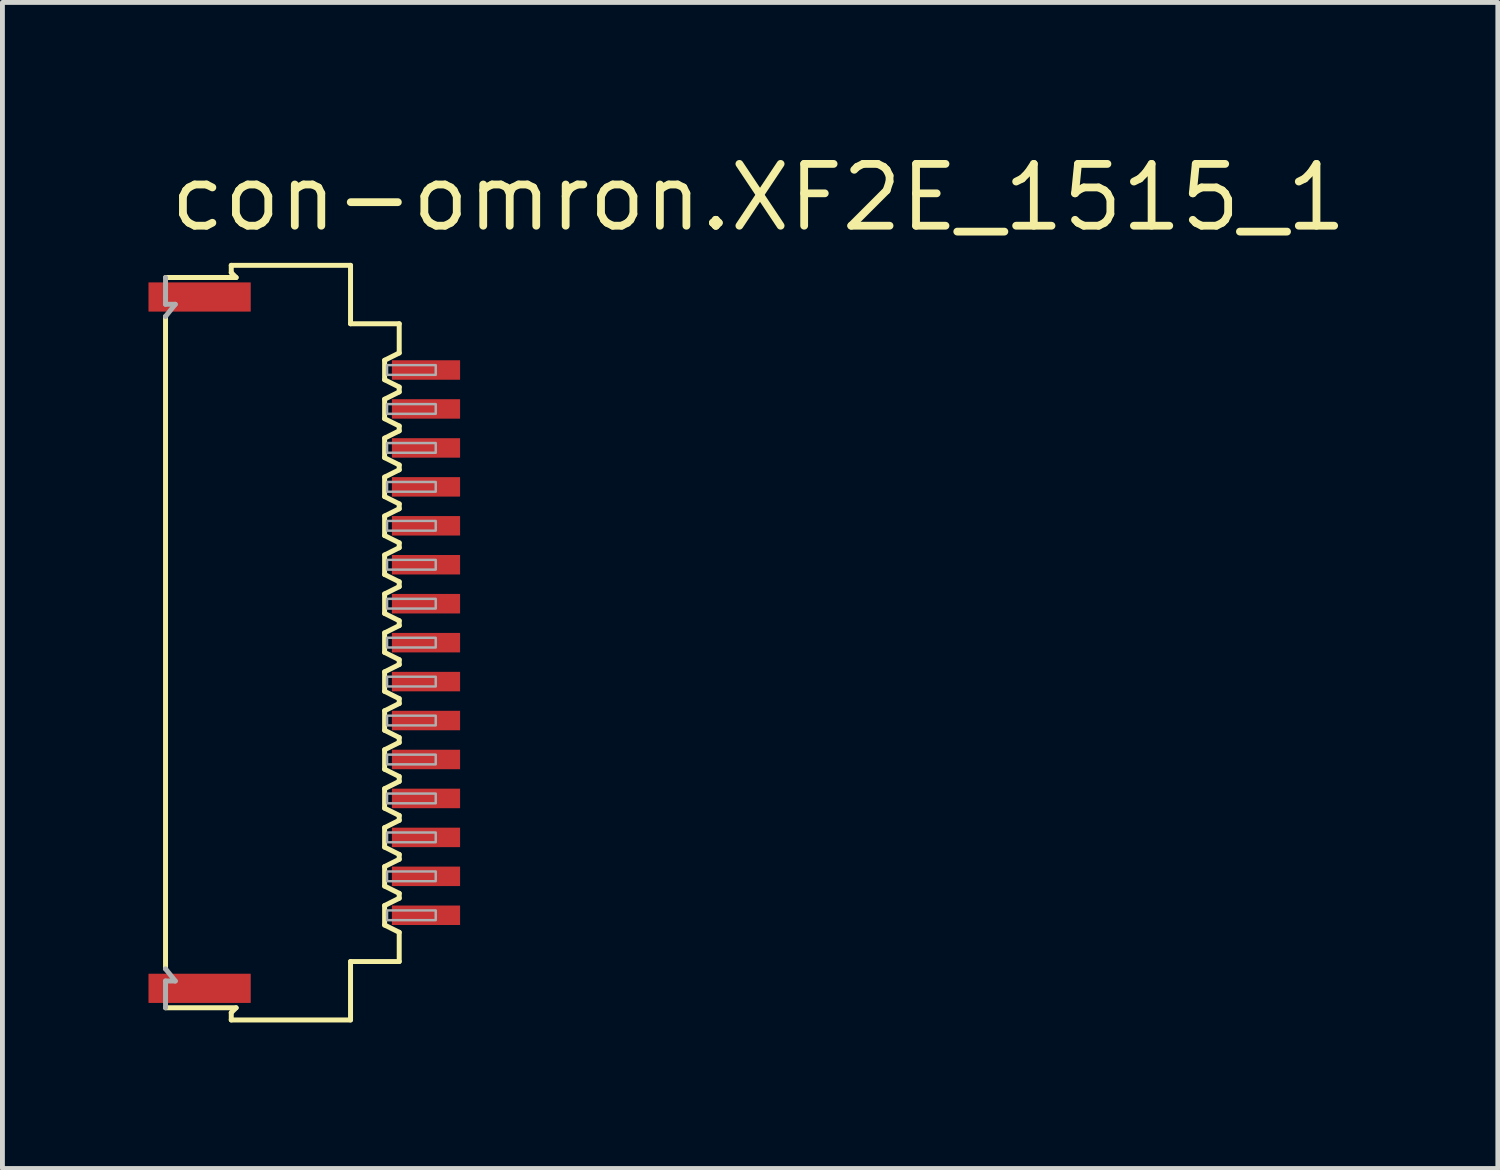
<source format=kicad_pcb>
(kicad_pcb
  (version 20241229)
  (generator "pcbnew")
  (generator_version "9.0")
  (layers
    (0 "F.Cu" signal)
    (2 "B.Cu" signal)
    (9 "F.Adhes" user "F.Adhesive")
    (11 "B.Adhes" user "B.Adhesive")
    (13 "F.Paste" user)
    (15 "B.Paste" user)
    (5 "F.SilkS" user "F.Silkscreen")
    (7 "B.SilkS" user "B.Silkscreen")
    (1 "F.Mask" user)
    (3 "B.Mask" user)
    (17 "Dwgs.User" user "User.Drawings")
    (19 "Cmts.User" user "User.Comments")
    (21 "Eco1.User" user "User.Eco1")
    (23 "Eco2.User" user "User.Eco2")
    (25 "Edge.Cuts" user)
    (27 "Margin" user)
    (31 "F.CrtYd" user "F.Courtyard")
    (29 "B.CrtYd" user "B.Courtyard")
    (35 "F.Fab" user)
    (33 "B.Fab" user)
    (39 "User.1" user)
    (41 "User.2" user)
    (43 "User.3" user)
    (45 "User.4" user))
  (footprint "con-omron.XF2E_1515_1"
    (layer "F.Cu")
    (at 3.16 10.15)
    (property "Reference" "con-omron.XF2E_1515_1" (at -2.8 -8.4 0) (layer "F.SilkS") (effects (font (size 1.27 1.27) (thickness 0.16)) (justify left bottom)))
    (attr smd)
    (fp_line (start -2.81 -6.7) (end -2.81 6.7) (stroke (width 0.102) (type default)) (layer "F.SilkS"))
    (fp_line (start -1.46 -7.75) (end -1.46 -7.6) (stroke (width 0.102) (type default)) (layer "F.SilkS"))
    (fp_line (start -1.46 -7.6) (end -1.36 -7.5) (stroke (width 0.102) (type default)) (layer "F.SilkS"))
    (fp_line (start -1.46 7.6) (end -1.46 7.75) (stroke (width 0.102) (type default)) (layer "F.SilkS"))
    (fp_line (start -1.36 -7.5) (end -2.81 -7.5) (stroke (width 0.102) (type default)) (layer "F.SilkS"))
    (fp_line (start -1.36 7.5) (end -2.81 7.5) (stroke (width 0.102) (type default)) (layer "F.SilkS"))
    (fp_line (start -1.36 7.5) (end -1.46 7.6) (stroke (width 0.102) (type default)) (layer "F.SilkS"))
    (fp_line (start 0.99 -7.75) (end -1.46 -7.75) (stroke (width 0.102) (type default)) (layer "F.SilkS"))
    (fp_line (start 0.99 -6.55) (end 0.99 -7.75) (stroke (width 0.102) (type default)) (layer "F.SilkS"))
    (fp_line (start 0.99 6.55) (end 1.99 6.55) (stroke (width 0.102) (type default)) (layer "F.SilkS"))
    (fp_line (start 0.99 7.75) (end -1.46 7.75) (stroke (width 0.102) (type default)) (layer "F.SilkS"))
    (fp_line (start 0.99 7.75) (end 0.99 6.55) (stroke (width 0.102) (type default)) (layer "F.SilkS"))
    (fp_line (start 1.69 -5.8) (end 1.99 -5.95) (stroke (width 0.102) (type default)) (layer "F.SilkS"))
    (fp_line (start 1.69 -5.4) (end 1.69 -5.8) (stroke (width 0.102) (type default)) (layer "F.SilkS"))
    (fp_line (start 1.69 -5) (end 1.69 -4.6) (stroke (width 0.102) (type default)) (layer "F.SilkS"))
    (fp_line (start 1.69 -4.6) (end 1.99 -4.45) (stroke (width 0.102) (type default)) (layer "F.SilkS"))
    (fp_line (start 1.69 -3.8) (end 1.69 -4.2) (stroke (width 0.102) (type default)) (layer "F.SilkS"))
    (fp_line (start 1.69 -3.4) (end 1.69 -3) (stroke (width 0.102) (type default)) (layer "F.SilkS"))
    (fp_line (start 1.69 -3) (end 1.99 -2.85) (stroke (width 0.102) (type default)) (layer "F.SilkS"))
    (fp_line (start 1.69 -2.2) (end 1.69 -2.6) (stroke (width 0.102) (type default)) (layer "F.SilkS"))
    (fp_line (start 1.69 -1.8) (end 1.69 -1.4) (stroke (width 0.102) (type default)) (layer "F.SilkS"))
    (fp_line (start 1.69 -1.4) (end 1.99 -1.25) (stroke (width 0.102) (type default)) (layer "F.SilkS"))
    (fp_line (start 1.69 -0.6) (end 1.69 -1) (stroke (width 0.102) (type default)) (layer "F.SilkS"))
    (fp_line (start 1.69 -0.2) (end 1.69 0.2) (stroke (width 0.102) (type default)) (layer "F.SilkS"))
    (fp_line (start 1.69 0.2) (end 1.99 0.35) (stroke (width 0.102) (type default)) (layer "F.SilkS"))
    (fp_line (start 1.69 1) (end 1.69 0.6) (stroke (width 0.102) (type default)) (layer "F.SilkS"))
    (fp_line (start 1.69 1.4) (end 1.69 1.8) (stroke (width 0.102) (type default)) (layer "F.SilkS"))
    (fp_line (start 1.69 1.8) (end 1.99 1.95) (stroke (width 0.102) (type default)) (layer "F.SilkS"))
    (fp_line (start 1.69 2.6) (end 1.69 2.2) (stroke (width 0.102) (type default)) (layer "F.SilkS"))
    (fp_line (start 1.69 3) (end 1.69 3.4) (stroke (width 0.102) (type default)) (layer "F.SilkS"))
    (fp_line (start 1.69 3.4) (end 1.99 3.55) (stroke (width 0.102) (type default)) (layer "F.SilkS"))
    (fp_line (start 1.69 4.2) (end 1.69 3.8) (stroke (width 0.102) (type default)) (layer "F.SilkS"))
    (fp_line (start 1.69 4.6) (end 1.69 5) (stroke (width 0.102) (type default)) (layer "F.SilkS"))
    (fp_line (start 1.69 5) (end 1.99 5.15) (stroke (width 0.102) (type default)) (layer "F.SilkS"))
    (fp_line (start 1.69 5.8) (end 1.69 5.4) (stroke (width 0.102) (type default)) (layer "F.SilkS"))
    (fp_line (start 1.69 5.8) (end 1.99 5.95) (stroke (width 0.102) (type default)) (layer "F.SilkS"))
    (fp_line (start 1.99 -6.55) (end 0.99 -6.55) (stroke (width 0.102) (type default)) (layer "F.SilkS"))
    (fp_line (start 1.99 -5.95) (end 1.99 -6.55) (stroke (width 0.102) (type default)) (layer "F.SilkS"))
    (fp_line (start 1.99 -5.25) (end 1.69 -5.4) (stroke (width 0.102) (type default)) (layer "F.SilkS"))
    (fp_line (start 1.99 -5.25) (end 1.99 -5.15) (stroke (width 0.102) (type default)) (layer "F.SilkS"))
    (fp_line (start 1.99 -5.15) (end 1.69 -5) (stroke (width 0.102) (type default)) (layer "F.SilkS"))
    (fp_line (start 1.99 -4.45) (end 1.99 -4.35) (stroke (width 0.102) (type default)) (layer "F.SilkS"))
    (fp_line (start 1.99 -4.35) (end 1.69 -4.2) (stroke (width 0.102) (type default)) (layer "F.SilkS"))
    (fp_line (start 1.99 -3.65) (end 1.69 -3.8) (stroke (width 0.102) (type default)) (layer "F.SilkS"))
    (fp_line (start 1.99 -3.65) (end 1.99 -3.55) (stroke (width 0.102) (type default)) (layer "F.SilkS"))
    (fp_line (start 1.99 -3.55) (end 1.69 -3.4) (stroke (width 0.102) (type default)) (layer "F.SilkS"))
    (fp_line (start 1.99 -2.85) (end 1.99 -2.75) (stroke (width 0.102) (type default)) (layer "F.SilkS"))
    (fp_line (start 1.99 -2.75) (end 1.69 -2.6) (stroke (width 0.102) (type default)) (layer "F.SilkS"))
    (fp_line (start 1.99 -2.05) (end 1.69 -2.2) (stroke (width 0.102) (type default)) (layer "F.SilkS"))
    (fp_line (start 1.99 -2.05) (end 1.99 -1.95) (stroke (width 0.102) (type default)) (layer "F.SilkS"))
    (fp_line (start 1.99 -1.95) (end 1.69 -1.8) (stroke (width 0.102) (type default)) (layer "F.SilkS"))
    (fp_line (start 1.99 -1.25) (end 1.99 -1.15) (stroke (width 0.102) (type default)) (layer "F.SilkS"))
    (fp_line (start 1.99 -1.15) (end 1.69 -1) (stroke (width 0.102) (type default)) (layer "F.SilkS"))
    (fp_line (start 1.99 -0.45) (end 1.69 -0.6) (stroke (width 0.102) (type default)) (layer "F.SilkS"))
    (fp_line (start 1.99 -0.45) (end 1.99 -0.35) (stroke (width 0.102) (type default)) (layer "F.SilkS"))
    (fp_line (start 1.99 -0.35) (end 1.69 -0.2) (stroke (width 0.102) (type default)) (layer "F.SilkS"))
    (fp_line (start 1.99 0.35) (end 1.99 0.45) (stroke (width 0.102) (type default)) (layer "F.SilkS"))
    (fp_line (start 1.99 0.45) (end 1.69 0.6) (stroke (width 0.102) (type default)) (layer "F.SilkS"))
    (fp_line (start 1.99 1.15) (end 1.69 1) (stroke (width 0.102) (type default)) (layer "F.SilkS"))
    (fp_line (start 1.99 1.15) (end 1.99 1.25) (stroke (width 0.102) (type default)) (layer "F.SilkS"))
    (fp_line (start 1.99 1.25) (end 1.69 1.4) (stroke (width 0.102) (type default)) (layer "F.SilkS"))
    (fp_line (start 1.99 1.95) (end 1.99 2.05) (stroke (width 0.102) (type default)) (layer "F.SilkS"))
    (fp_line (start 1.99 2.05) (end 1.69 2.2) (stroke (width 0.102) (type default)) (layer "F.SilkS"))
    (fp_line (start 1.99 2.75) (end 1.69 2.6) (stroke (width 0.102) (type default)) (layer "F.SilkS"))
    (fp_line (start 1.99 2.75) (end 1.99 2.85) (stroke (width 0.102) (type default)) (layer "F.SilkS"))
    (fp_line (start 1.99 2.85) (end 1.69 3) (stroke (width 0.102) (type default)) (layer "F.SilkS"))
    (fp_line (start 1.99 3.55) (end 1.99 3.65) (stroke (width 0.102) (type default)) (layer "F.SilkS"))
    (fp_line (start 1.99 3.65) (end 1.69 3.8) (stroke (width 0.102) (type default)) (layer "F.SilkS"))
    (fp_line (start 1.99 4.35) (end 1.69 4.2) (stroke (width 0.102) (type default)) (layer "F.SilkS"))
    (fp_line (start 1.99 4.35) (end 1.99 4.45) (stroke (width 0.102) (type default)) (layer "F.SilkS"))
    (fp_line (start 1.99 4.45) (end 1.69 4.6) (stroke (width 0.102) (type default)) (layer "F.SilkS"))
    (fp_line (start 1.99 5.15) (end 1.99 5.25) (stroke (width 0.102) (type default)) (layer "F.SilkS"))
    (fp_line (start 1.99 5.25) (end 1.69 5.4) (stroke (width 0.102) (type default)) (layer "F.SilkS"))
    (fp_line (start 1.99 6.55) (end 1.99 5.95) (stroke (width 0.102) (type default)) (layer "F.SilkS"))
    (fp_line (start -2.81 -7.5) (end -2.81 -6.95) (stroke (width 0.102) (type default)) (layer "F.Fab"))
    (fp_line (start -2.81 -6.95) (end -2.61 -6.95) (stroke (width 0.102) (type default)) (layer "F.Fab"))
    (fp_line (start -2.81 6.7) (end -2.61 6.95) (stroke (width 0.102) (type default)) (layer "F.Fab"))
    (fp_line (start -2.81 6.95) (end -2.81 7.5) (stroke (width 0.102) (type default)) (layer "F.Fab"))
    (fp_line (start -2.81 6.95) (end -2.61 6.95) (stroke (width 0.102) (type default)) (layer "F.Fab"))
    (fp_line (start -2.61 -6.95) (end -2.81 -6.7) (stroke (width 0.102) (type default)) (layer "F.Fab"))
    (fp_rect (start 1.74 -5.5) (end 2.74 -5.7) (stroke (width 0.05) (type default)) (fill no) (layer "F.Fab"))
    (fp_rect (start 1.74 -4.7) (end 2.74 -4.9) (stroke (width 0.05) (type default)) (fill no) (layer "F.Fab"))
    (fp_rect (start 1.74 -3.9) (end 2.74 -4.1) (stroke (width 0.05) (type default)) (fill no) (layer "F.Fab"))
    (fp_rect (start 1.74 -3.1) (end 2.74 -3.3) (stroke (width 0.05) (type default)) (fill no) (layer "F.Fab"))
    (fp_rect (start 1.74 -2.3) (end 2.74 -2.5) (stroke (width 0.05) (type default)) (fill no) (layer "F.Fab"))
    (fp_rect (start 1.74 -1.5) (end 2.74 -1.7) (stroke (width 0.05) (type default)) (fill no) (layer "F.Fab"))
    (fp_rect (start 1.74 -0.7) (end 2.74 -0.9) (stroke (width 0.05) (type default)) (fill no) (layer "F.Fab"))
    (fp_rect (start 1.74 0.1) (end 2.74 -0.1) (stroke (width 0.05) (type default)) (fill no) (layer "F.Fab"))
    (fp_rect (start 1.74 0.9) (end 2.74 0.7) (stroke (width 0.05) (type default)) (fill no) (layer "F.Fab"))
    (fp_rect (start 1.74 1.7) (end 2.74 1.5) (stroke (width 0.05) (type default)) (fill no) (layer "F.Fab"))
    (fp_rect (start 1.74 2.5) (end 2.74 2.3) (stroke (width 0.05) (type default)) (fill no) (layer "F.Fab"))
    (fp_rect (start 1.74 3.3) (end 2.74 3.1) (stroke (width 0.05) (type default)) (fill no) (layer "F.Fab"))
    (fp_rect (start 1.74 4.1) (end 2.74 3.9) (stroke (width 0.05) (type default)) (fill no) (layer "F.Fab"))
    (fp_rect (start 1.74 4.9) (end 2.74 4.7) (stroke (width 0.05) (type default)) (fill no) (layer "F.Fab"))
    (fp_rect (start 1.74 5.7) (end 2.74 5.5) (stroke (width 0.05) (type default)) (fill no) (layer "F.Fab"))
    (pad "1" smd roundrect (at 2.54 -5.6) (size 1.4 0.4) (layers "F.Cu" "F.Mask" "F.Paste") (roundrect_rratio 0.01))
    (pad "2" smd roundrect (at 2.54 -4.8) (size 1.4 0.4) (layers "F.Cu" "F.Mask" "F.Paste") (roundrect_rratio 0.01))
    (pad "3" smd roundrect (at 2.54 -4) (size 1.4 0.4) (layers "F.Cu" "F.Mask" "F.Paste") (roundrect_rratio 0.01))
    (pad "4" smd roundrect (at 2.54 -3.2) (size 1.4 0.4) (layers "F.Cu" "F.Mask" "F.Paste") (roundrect_rratio 0.01))
    (pad "5" smd roundrect (at 2.54 -2.4) (size 1.4 0.4) (layers "F.Cu" "F.Mask" "F.Paste") (roundrect_rratio 0.01))
    (pad "6" smd roundrect (at 2.54 -1.6) (size 1.4 0.4) (layers "F.Cu" "F.Mask" "F.Paste") (roundrect_rratio 0.01))
    (pad "7" smd roundrect (at 2.54 -0.8) (size 1.4 0.4) (layers "F.Cu" "F.Mask" "F.Paste") (roundrect_rratio 0.01))
    (pad "8" smd roundrect (at 2.54 0) (size 1.4 0.4) (layers "F.Cu" "F.Mask" "F.Paste") (roundrect_rratio 0.01))
    (pad "9" smd roundrect (at 2.54 0.8) (size 1.4 0.4) (layers "F.Cu" "F.Mask" "F.Paste") (roundrect_rratio 0.01))
    (pad "10" smd roundrect (at 2.54 1.6) (size 1.4 0.4) (layers "F.Cu" "F.Mask" "F.Paste") (roundrect_rratio 0.01))
    (pad "11" smd roundrect (at 2.54 2.4) (size 1.4 0.4) (layers "F.Cu" "F.Mask" "F.Paste") (roundrect_rratio 0.01))
    (pad "12" smd roundrect (at 2.54 3.2) (size 1.4 0.4) (layers "F.Cu" "F.Mask" "F.Paste") (roundrect_rratio 0.01))
    (pad "13" smd roundrect (at 2.54 4) (size 1.4 0.4) (layers "F.Cu" "F.Mask" "F.Paste") (roundrect_rratio 0.01))
    (pad "14" smd roundrect (at 2.54 4.8) (size 1.4 0.4) (layers "F.Cu" "F.Mask" "F.Paste") (roundrect_rratio 0.01))
    (pad "15" smd roundrect (at 2.54 5.6) (size 1.4 0.4) (layers "F.Cu" "F.Mask" "F.Paste") (roundrect_rratio 0.01))
    (pad "M1" smd roundrect (at -2.11 -7.1) (size 2.1 0.6) (layers "F.Cu" "F.Mask" "F.Paste") (roundrect_rratio 0.01))
    (pad "M2" smd roundrect (at -2.11 7.1) (size 2.1 0.6) (layers "F.Cu" "F.Mask" "F.Paste") (roundrect_rratio 0.01)))
  (gr_rect
    (start -3 -3)
    (end 27.716 20.951)
    (stroke (width 0.1) (type default))
    (fill no)
    (layer "Edge.Cuts")))
</source>
